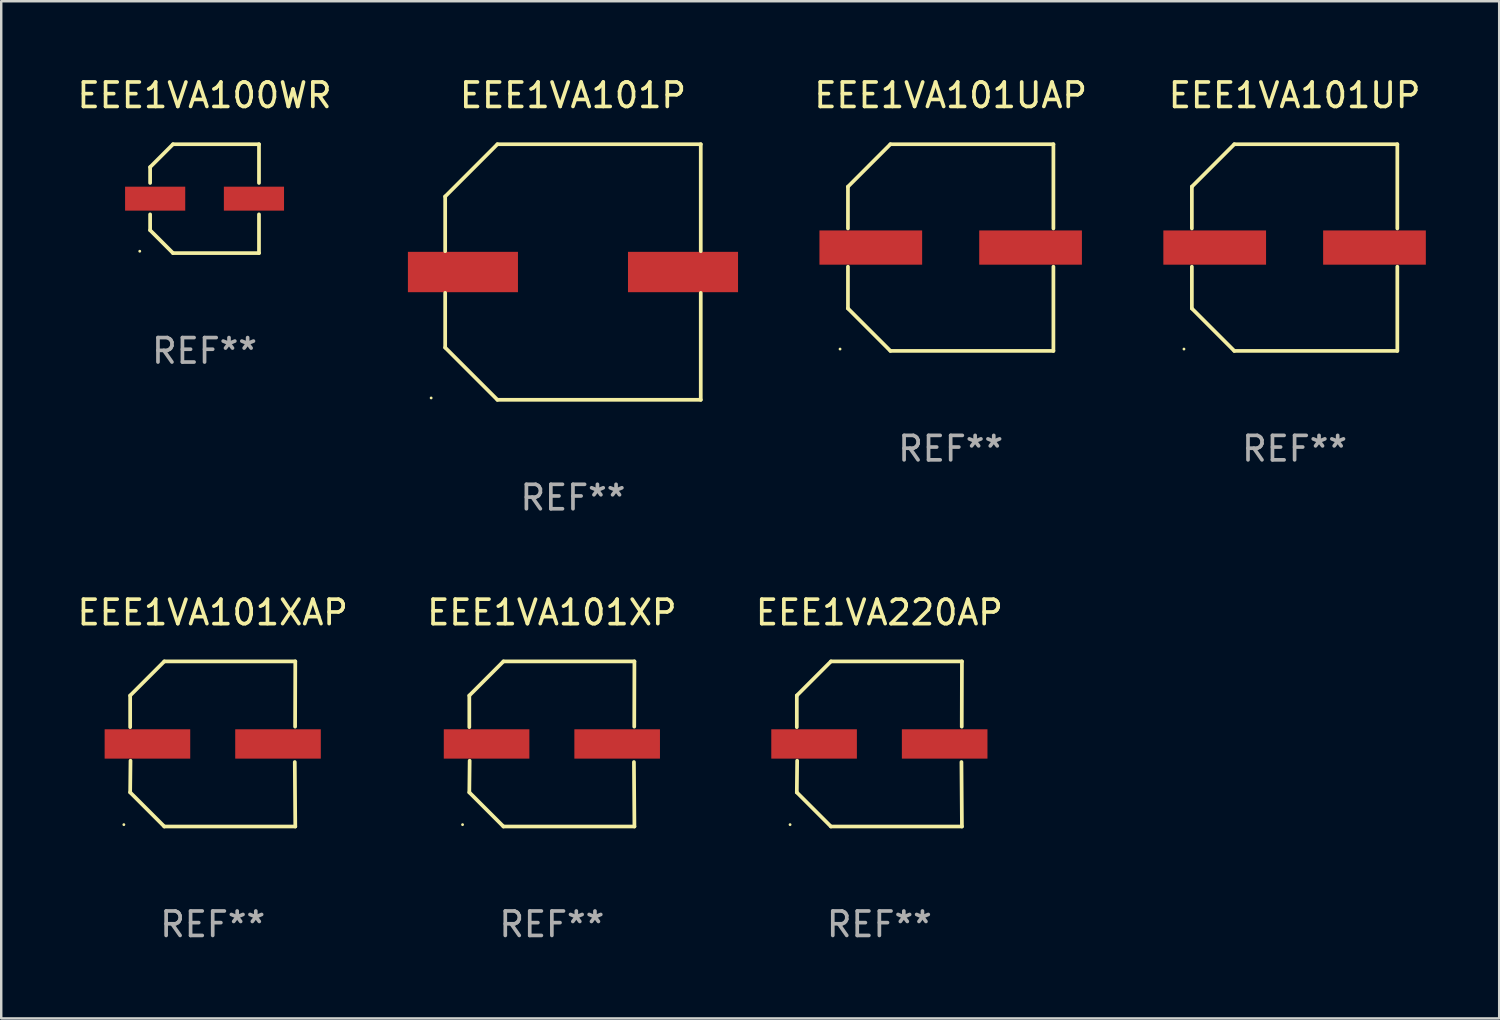
<source format=kicad_pcb>
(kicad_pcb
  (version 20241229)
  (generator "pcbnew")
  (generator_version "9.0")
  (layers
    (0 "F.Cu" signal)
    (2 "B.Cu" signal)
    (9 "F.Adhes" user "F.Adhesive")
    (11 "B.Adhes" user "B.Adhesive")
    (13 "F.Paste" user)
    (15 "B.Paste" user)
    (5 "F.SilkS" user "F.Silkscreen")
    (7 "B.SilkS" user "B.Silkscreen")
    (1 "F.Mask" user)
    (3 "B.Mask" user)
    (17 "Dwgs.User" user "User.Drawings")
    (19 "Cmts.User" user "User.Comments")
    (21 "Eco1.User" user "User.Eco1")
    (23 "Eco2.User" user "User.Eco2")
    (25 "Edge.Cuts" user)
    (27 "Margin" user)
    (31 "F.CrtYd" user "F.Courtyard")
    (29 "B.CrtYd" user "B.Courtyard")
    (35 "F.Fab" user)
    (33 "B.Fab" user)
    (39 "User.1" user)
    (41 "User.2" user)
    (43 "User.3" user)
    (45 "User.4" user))
  (footprint "EEE1VA101UP"
    (layer "F.Cu")
    (at 49.891 7.074)
    (property "Reference" "EEE1VA101UP" (at 0 -6.226 0) (layer "F.SilkS") (effects (font (size 1 1) (thickness 0.15))))
    (attr through_hole)
    (fp_line (start -4.201 -2.49) (end -4.201 -0.782) (stroke (width 0.152) (type solid)) (layer "F.SilkS"))
    (fp_line (start -4.201 2.49) (end -4.201 0.782) (stroke (width 0.152) (type solid)) (layer "F.SilkS"))
    (fp_line (start -2.465 -4.226) (end -4.201 -2.49) (stroke (width 0.152) (type solid)) (layer "F.SilkS"))
    (fp_line (start -2.465 4.226) (end -4.201 2.49) (stroke (width 0.152) (type solid)) (layer "F.SilkS"))
    (fp_line (start 4.201 -4.226) (end -2.465 -4.226) (stroke (width 0.152) (type solid)) (layer "F.SilkS"))
    (fp_line (start 4.201 -0.782) (end 4.201 -4.226) (stroke (width 0.152) (type solid)) (layer "F.SilkS"))
    (fp_line (start 4.201 0.782) (end 4.201 4.226) (stroke (width 0.152) (type solid)) (layer "F.SilkS"))
    (fp_line (start 4.201 4.226) (end -2.465 4.226) (stroke (width 0.152) (type solid)) (layer "F.SilkS"))
    (fp_circle (center -4.524 4.15) (end -4.494 4.15) (stroke (width 0.06) (type solid)) (fill no) (layer "F.SilkS"))
    (fp_text user "REF**" (at 0 8.226 0) (layer "F.Fab") (effects (font (size 1 1) (thickness 0.15))))
    (pad "1" smd rect (at -3.267 0) (size 4.2 1.4) (layers "F.Cu" "F.Mask" "F.Paste"))
    (pad "2" smd rect (at 3.267 0) (size 4.2 1.4) (layers "F.Cu" "F.Mask" "F.Paste")))
  (footprint "EEE1VA101XP"
    (layer "F.Cu")
    (at 19.518 27.373)
    (property "Reference" "EEE1VA101XP" (at 0 -5.376 0) (layer "F.SilkS") (effects (font (size 1 1) (thickness 0.15))))
    (attr through_hole)
    (fp_line (start -3.376 -1.98) (end -3.376 -0.686) (stroke (width 0.152) (type solid)) (layer "F.SilkS"))
    (fp_line (start -3.376 1.981) (end -3.362 0.686) (stroke (width 0.152) (type solid)) (layer "F.SilkS"))
    (fp_line (start -1.981 3.376) (end -3.376 1.981) (stroke (width 0.152) (type solid)) (layer "F.SilkS"))
    (fp_line (start -1.98 -3.376) (end -3.376 -1.98) (stroke (width 0.152) (type solid)) (layer "F.SilkS"))
    (fp_line (start 3.356 0.74) (end 3.376 3.376) (stroke (width 0.152) (type solid)) (layer "F.SilkS"))
    (fp_line (start 3.369 -0.707) (end 3.376 -3.376) (stroke (width 0.152) (type solid)) (layer "F.SilkS"))
    (fp_line (start 3.376 3.376) (end -1.981 3.376) (stroke (width 0.152) (type solid)) (layer "F.SilkS"))
    (fp_line (start 3.376 -3.376) (end -1.98 -3.376) (stroke (width 0.152) (type solid)) (layer "F.SilkS"))
    (fp_circle (center -3.652 3.3) (end -3.622 3.3) (stroke (width 0.06) (type solid)) (fill no) (layer "F.SilkS"))
    (fp_text user "REF**" (at 0 7.376 0) (layer "F.Fab") (effects (font (size 1 1) (thickness 0.15))))
    (pad "1" smd rect (at -2.67 0.000229) (size 3.5 1.2) (layers "F.Cu" "F.Mask" "F.Paste"))
    (pad "2" smd rect (at 2.67 0.000229) (size 3.5 1.2) (layers "F.Cu" "F.Mask" "F.Paste")))
  (footprint "EEE1VA101XAP"
    (layer "F.Cu")
    (at 5.649 27.373)
    (property "Reference" "EEE1VA101XAP" (at 0 -5.376 0) (layer "F.SilkS") (effects (font (size 1 1) (thickness 0.15))))
    (attr through_hole)
    (fp_line (start -3.376 -1.98) (end -3.376 -0.686) (stroke (width 0.152) (type solid)) (layer "F.SilkS"))
    (fp_line (start -3.376 1.981) (end -3.362 0.686) (stroke (width 0.152) (type solid)) (layer "F.SilkS"))
    (fp_line (start -1.981 3.376) (end -3.376 1.981) (stroke (width 0.152) (type solid)) (layer "F.SilkS"))
    (fp_line (start -1.98 -3.376) (end -3.376 -1.98) (stroke (width 0.152) (type solid)) (layer "F.SilkS"))
    (fp_line (start 3.356 0.74) (end 3.376 3.376) (stroke (width 0.152) (type solid)) (layer "F.SilkS"))
    (fp_line (start 3.369 -0.707) (end 3.376 -3.376) (stroke (width 0.152) (type solid)) (layer "F.SilkS"))
    (fp_line (start 3.376 3.376) (end -1.981 3.376) (stroke (width 0.152) (type solid)) (layer "F.SilkS"))
    (fp_line (start 3.376 -3.376) (end -1.98 -3.376) (stroke (width 0.152) (type solid)) (layer "F.SilkS"))
    (fp_circle (center -3.634 3.3) (end -3.604 3.3) (stroke (width 0.06) (type solid)) (fill no) (layer "F.SilkS"))
    (fp_text user "REF**" (at 0 7.376 0) (layer "F.Fab") (effects (font (size 1 1) (thickness 0.15))))
    (pad "1" smd rect (at -2.67 0.000254) (size 3.5 1.2) (layers "F.Cu" "F.Mask" "F.Paste"))
    (pad "2" smd rect (at 2.67 0.000254) (size 3.5 1.2) (layers "F.Cu" "F.Mask" "F.Paste")))
  (footprint "EEE1VA220AP"
    (layer "F.Cu")
    (at 32.911 27.373)
    (property "Reference" "EEE1VA220AP" (at 0 -5.376 0) (layer "F.SilkS") (effects (font (size 1 1) (thickness 0.15))))
    (attr through_hole)
    (fp_line (start -3.376 -1.98) (end -3.376 -0.686) (stroke (width 0.152) (type solid)) (layer "F.SilkS"))
    (fp_line (start -3.376 1.981) (end -3.362 0.686) (stroke (width 0.152) (type solid)) (layer "F.SilkS"))
    (fp_line (start -1.981 3.376) (end -3.376 1.981) (stroke (width 0.152) (type solid)) (layer "F.SilkS"))
    (fp_line (start -1.98 -3.376) (end -3.376 -1.98) (stroke (width 0.152) (type solid)) (layer "F.SilkS"))
    (fp_line (start 3.356 0.74) (end 3.376 3.376) (stroke (width 0.152) (type solid)) (layer "F.SilkS"))
    (fp_line (start 3.369 -0.707) (end 3.376 -3.376) (stroke (width 0.152) (type solid)) (layer "F.SilkS"))
    (fp_line (start 3.376 3.376) (end -1.981 3.376) (stroke (width 0.152) (type solid)) (layer "F.SilkS"))
    (fp_line (start 3.376 -3.376) (end -1.98 -3.376) (stroke (width 0.152) (type solid)) (layer "F.SilkS"))
    (fp_circle (center -3.652 3.3) (end -3.622 3.3) (stroke (width 0.06) (type solid)) (fill no) (layer "F.SilkS"))
    (fp_text user "REF**" (at 0 7.376 0) (layer "F.Fab") (effects (font (size 1 1) (thickness 0.15))))
    (pad "1" smd rect (at -2.67 0.000229) (size 3.5 1.2) (layers "F.Cu" "F.Mask" "F.Paste"))
    (pad "2" smd rect (at 2.67 0.000229) (size 3.5 1.2) (layers "F.Cu" "F.Mask" "F.Paste")))
  (footprint "EEE1VA101P"
    (layer "F.Cu")
    (at 20.381 8.074)
    (property "Reference" "EEE1VA101P" (at 0 -7.226 0) (layer "F.SilkS") (effects (font (size 1 1) (thickness 0.15))))
    (attr through_hole)
    (fp_line (start -5.226 -3.09) (end -5.226 -0.852) (stroke (width 0.152) (type solid)) (layer "F.SilkS"))
    (fp_line (start -5.226 3.09) (end -5.226 0.852) (stroke (width 0.152) (type solid)) (layer "F.SilkS"))
    (fp_line (start -3.09 -5.226) (end -5.226 -3.09) (stroke (width 0.152) (type solid)) (layer "F.SilkS"))
    (fp_line (start -3.09 5.226) (end -5.226 3.09) (stroke (width 0.152) (type solid)) (layer "F.SilkS"))
    (fp_line (start 5.226 -5.226) (end -3.09 -5.226) (stroke (width 0.152) (type solid)) (layer "F.SilkS"))
    (fp_line (start 5.226 -0.852) (end 5.226 -5.226) (stroke (width 0.152) (type solid)) (layer "F.SilkS"))
    (fp_line (start 5.226 0.852) (end 5.226 5.226) (stroke (width 0.152) (type solid)) (layer "F.SilkS"))
    (fp_line (start 5.226 5.226) (end -3.09 5.226) (stroke (width 0.152) (type solid)) (layer "F.SilkS"))
    (fp_circle (center -5.8 5.15) (end -5.77 5.15) (stroke (width 0.06) (type solid)) (fill no) (layer "F.SilkS"))
    (fp_text user "REF**" (at 0 9.226 0) (layer "F.Fab") (effects (font (size 1 1) (thickness 0.15))))
    (pad "1" smd rect (at -4.5 0) (size 4.5 1.65) (layers "F.Cu" "F.Mask" "F.Paste"))
    (pad "2" smd rect (at 4.5 0) (size 4.5 1.65) (layers "F.Cu" "F.Mask" "F.Paste")))
  (footprint "EEE1VA101UAP"
    (layer "F.Cu")
    (at 35.827 7.074)
    (property "Reference" "EEE1VA101UAP" (at 0 -6.226 0) (layer "F.SilkS") (effects (font (size 1 1) (thickness 0.15))))
    (attr through_hole)
    (fp_line (start -4.201 -2.49) (end -4.201 -0.782) (stroke (width 0.152) (type solid)) (layer "F.SilkS"))
    (fp_line (start -4.201 2.49) (end -4.201 0.782) (stroke (width 0.152) (type solid)) (layer "F.SilkS"))
    (fp_line (start -2.465 -4.226) (end -4.201 -2.49) (stroke (width 0.152) (type solid)) (layer "F.SilkS"))
    (fp_line (start -2.465 4.226) (end -4.201 2.49) (stroke (width 0.152) (type solid)) (layer "F.SilkS"))
    (fp_line (start 4.201 -4.226) (end -2.465 -4.226) (stroke (width 0.152) (type solid)) (layer "F.SilkS"))
    (fp_line (start 4.201 -0.782) (end 4.201 -4.226) (stroke (width 0.152) (type solid)) (layer "F.SilkS"))
    (fp_line (start 4.201 0.782) (end 4.201 4.226) (stroke (width 0.152) (type solid)) (layer "F.SilkS"))
    (fp_line (start 4.201 4.226) (end -2.465 4.226) (stroke (width 0.152) (type solid)) (layer "F.SilkS"))
    (fp_circle (center -4.524 4.15) (end -4.494 4.15) (stroke (width 0.06) (type solid)) (fill no) (layer "F.SilkS"))
    (fp_text user "REF**" (at 0 8.226 0) (layer "F.Fab") (effects (font (size 1 1) (thickness 0.15))))
    (pad "1" smd rect (at -3.267 0) (size 4.2 1.4) (layers "F.Cu" "F.Mask" "F.Paste"))
    (pad "2" smd rect (at 3.267 0) (size 4.2 1.4) (layers "F.Cu" "F.Mask" "F.Paste")))
  (footprint "EEE1VA100WR"
    (layer "F.Cu")
    (at 5.315 5.074)
    (property "Reference" "EEE1VA100WR" (at 0 -4.226 0) (layer "F.SilkS") (effects (font (size 1 1) (thickness 0.15))))
    (attr through_hole)
    (fp_line (start -2.226 -1.29) (end -1.29 -2.226) (stroke (width 0.152) (type solid)) (layer "F.SilkS"))
    (fp_line (start -2.226 -0.642) (end -2.226 -1.29) (stroke (width 0.152) (type solid)) (layer "F.SilkS"))
    (fp_line (start -2.226 0.642) (end -2.226 1.29) (stroke (width 0.152) (type solid)) (layer "F.SilkS"))
    (fp_line (start -2.226 1.29) (end -1.29 2.226) (stroke (width 0.152) (type solid)) (layer "F.SilkS"))
    (fp_line (start -1.29 -2.226) (end 2.226 -2.226) (stroke (width 0.152) (type solid)) (layer "F.SilkS"))
    (fp_line (start -1.29 2.226) (end 2.226 2.226) (stroke (width 0.152) (type solid)) (layer "F.SilkS"))
    (fp_line (start 2.226 -2.226) (end 2.226 -0.642) (stroke (width 0.152) (type solid)) (layer "F.SilkS"))
    (fp_line (start 2.226 2.226) (end 2.226 0.642) (stroke (width 0.152) (type solid)) (layer "F.SilkS"))
    (fp_circle (center -2.65 2.15) (end -2.62 2.15) (stroke (width 0.06) (type solid)) (fill no) (layer "F.SilkS"))
    (fp_text user "REF**" (at 0 6.226 0) (layer "F.Fab") (effects (font (size 1 1) (thickness 0.15))))
    (pad "1" smd rect (at -2.02 -0.000013) (size 2.46 0.98) (layers "F.Cu" "F.Mask" "F.Paste"))
    (pad "2" smd rect (at 2.02 -0.000013) (size 2.46 0.98) (layers "F.Cu" "F.Mask" "F.Paste")))
  (gr_rect
    (start -3 -3)
    (end 58.258 38.597)
    (stroke (width 0.1) (type default))
    (fill no)
    (layer "Edge.Cuts")))
</source>
